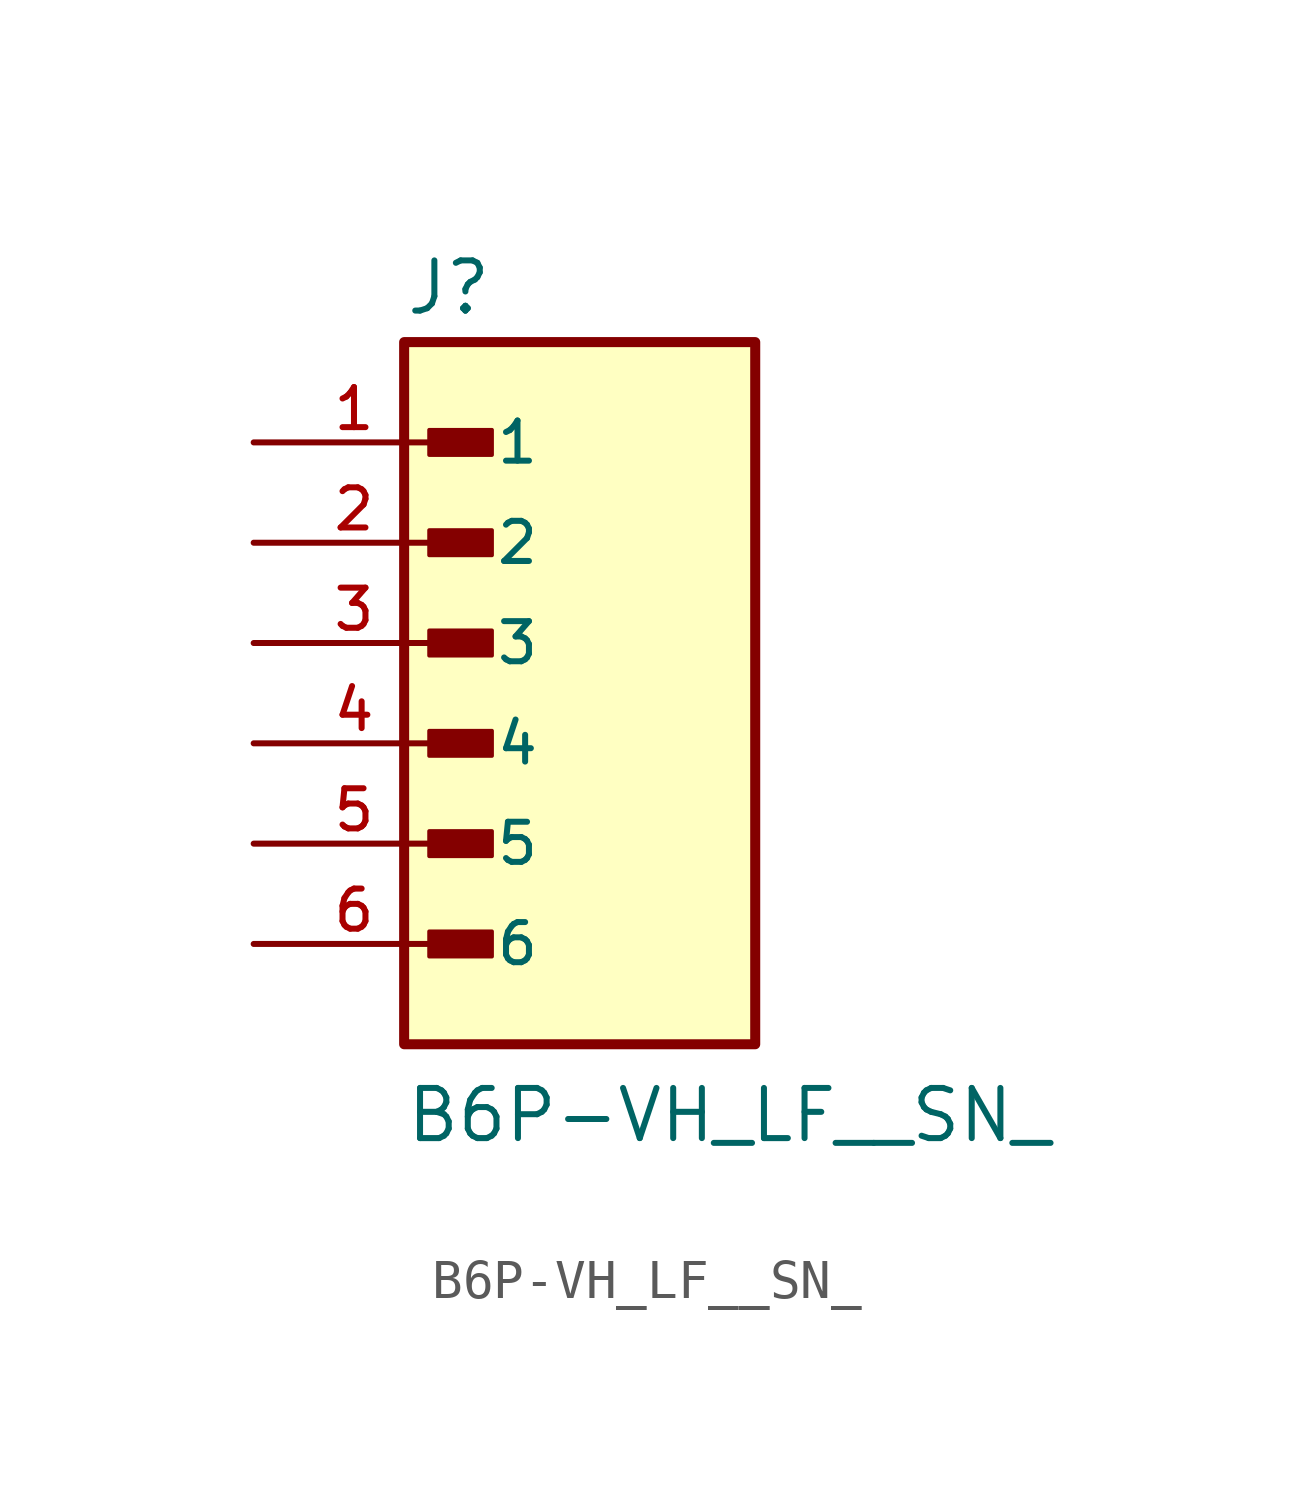
<source format=kicad_sym>
(kicad_symbol_lib
  (version 20211014)
  (generator kicad_symbol_editor)
  (symbol "B6P-VH_LF__SN_"
    (pin_names
      (offset 1.016))
    (property "Reference" "J"
      (at -3.81 8.255 0)
      (effects (font (size 1.27 1.27)) (justify bottom left)))
    (property "Value" "B6P-VH_LF__SN_"
      (at -3.81 -12.7 0)
      (effects (font (size 1.27 1.27)) (justify bottom left)))
    (symbol "B6P-VH_LF__SN__0_0"
      (rectangle (start -3.175 4.763) (end -1.587 5.397) (stroke (width 0.1)) (fill (type outline)))
      (rectangle (start -3.175 2.223) (end -1.587 2.857) (stroke (width 0.1)) (fill (type outline)))
      (rectangle (start -3.175 -0.318) (end -1.587 0.318) (stroke (width 0.1)) (fill (type outline)))
      (rectangle (start -3.175 -2.857) (end -1.587 -2.223) (stroke (width 0.1)) (fill (type outline)))
      (rectangle (start -3.175 -5.397) (end -1.587 -4.763) (stroke (width 0.1)) (fill (type outline)))
      (rectangle (start -3.175 -7.938) (end -1.587 -7.303) (stroke (width 0.1)) (fill (type outline)))
      (rectangle (start -3.81 -10.16) (end 5.08 7.62) (stroke (width 0.254)) (fill (type background)))
      (pin passive line (at -7.62 5.08 0) (length 5.08) (name "1" (effects (font (size 1.016 1.016)))) (number "1" (effects (font (size 1.016 1.016)))))
      (pin passive line (at -7.62 2.54 0) (length 5.08) (name "2" (effects (font (size 1.016 1.016)))) (number "2" (effects (font (size 1.016 1.016)))))
      (pin passive line (at -7.62 0.0 0) (length 5.08) (name "3" (effects (font (size 1.016 1.016)))) (number "3" (effects (font (size 1.016 1.016)))))
      (pin passive line (at -7.62 -2.54 0) (length 5.08) (name "4" (effects (font (size 1.016 1.016)))) (number "4" (effects (font (size 1.016 1.016)))))
      (pin passive line (at -7.62 -5.08 0) (length 5.08) (name "5" (effects (font (size 1.016 1.016)))) (number "5" (effects (font (size 1.016 1.016)))))
      (pin passive line (at -7.62 -7.62 0) (length 5.08) (name "6" (effects (font (size 1.016 1.016)))) (number "6" (effects (font (size 1.016 1.016))))))))
</source>
